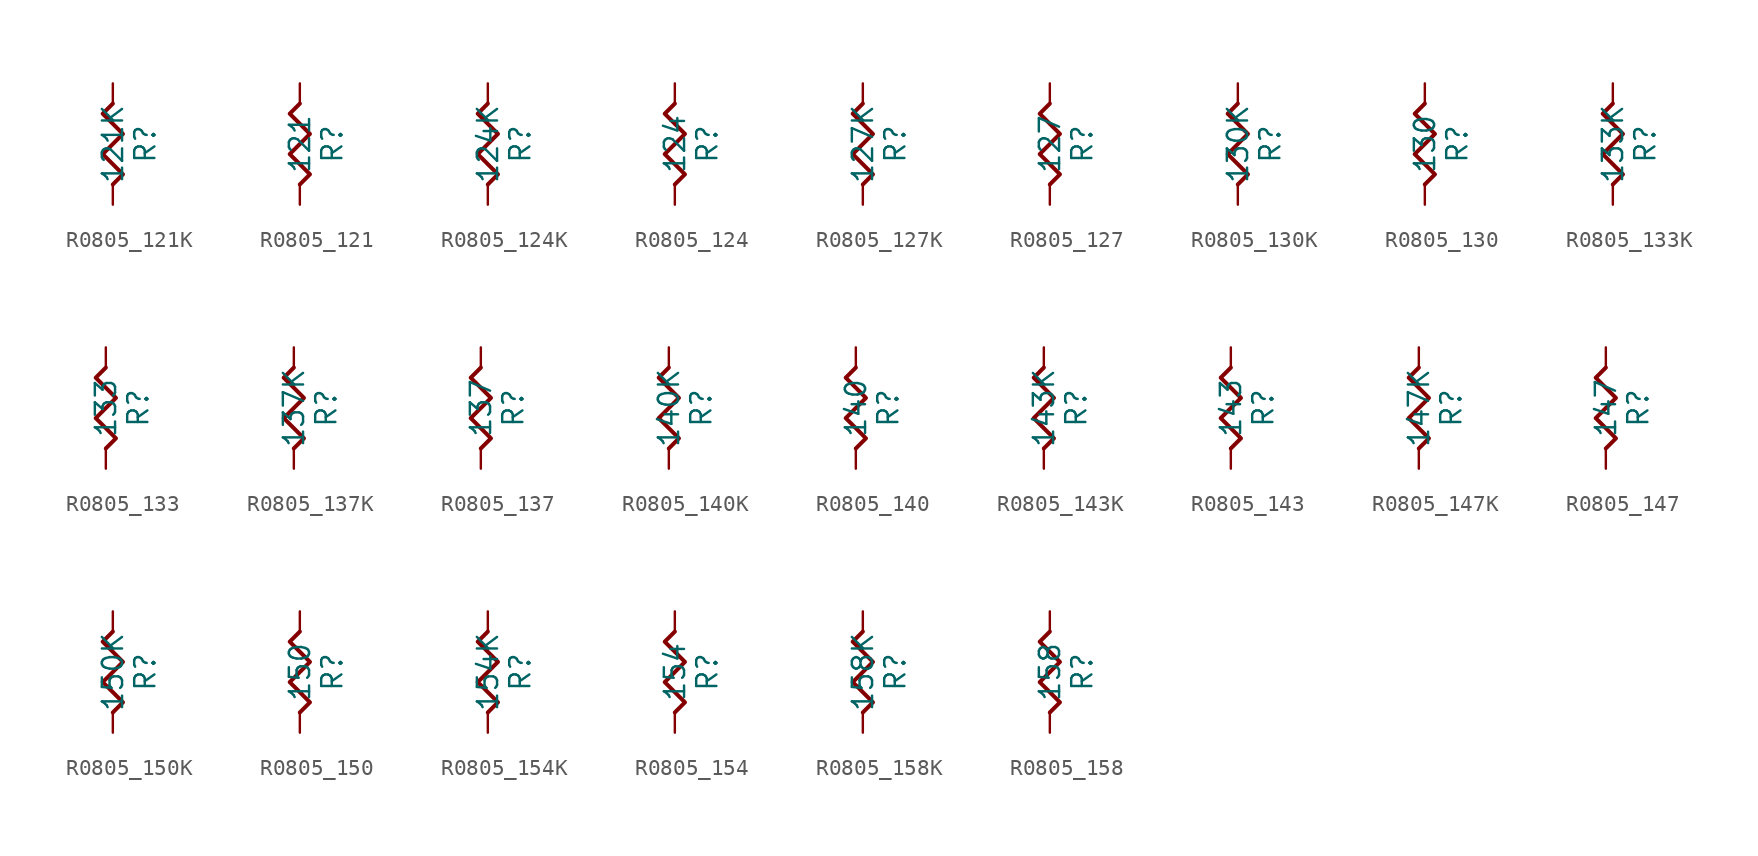
<source format=kicad_sym>
(kicad_symbol_lib
  (version 20211014)
  (generator atlantix-eda)
  (symbol "R0805_121K"
    (pin_numbers hide)
    (pin_names
      (offset 0))
    (property "Reference" "R"
      (at 2.032 0 90)
      (effects (font (size 1.27 1.27))))
    (property "Value" "121K"
      (at 0 0 90)
      (effects (font (size 1.27 1.27))))
    (symbol "R0805_121K_0_1"
      (polyline (pts (xy 0 -2.54) (xy 0.635 -1.905) (xy -0.635 -0.635) (xy 0.635 0.635) (xy -0.635 1.905) (xy 0 2.54)) (stroke (width 0.254) (type default) (color 0 0 0 0)) (fill (type none))))
    (symbol "R0805_121K_1_1"
      (pin passive line (at 0 3.81 270) (length 1.27) (name "~" (effects (font (size 1.27 1.27)))) (number "1" (effects (font (size 1.27 1.27)))))
      (pin passive line (at 0 -3.81 90) (length 1.27) (name "~" (effects (font (size 1.27 1.27)))) (number "2" (effects (font (size 1.27 1.27)))))))
  (symbol "R0805_121"
    (pin_numbers hide)
    (pin_names
      (offset 0))
    (property "Reference" "R"
      (at 2.032 0 90)
      (effects (font (size 1.27 1.27))))
    (property "Value" "121"
      (at 0 0 90)
      (effects (font (size 1.27 1.27))))
    (symbol "R0805_121_0_1"
      (polyline (pts (xy 0 -2.54) (xy 0.635 -1.905) (xy -0.635 -0.635) (xy 0.635 0.635) (xy -0.635 1.905) (xy 0 2.54)) (stroke (width 0.254) (type default) (color 0 0 0 0)) (fill (type none))))
    (symbol "R0805_121_1_1"
      (pin passive line (at 0 3.81 270) (length 1.27) (name "~" (effects (font (size 1.27 1.27)))) (number "1" (effects (font (size 1.27 1.27)))))
      (pin passive line (at 0 -3.81 90) (length 1.27) (name "~" (effects (font (size 1.27 1.27)))) (number "2" (effects (font (size 1.27 1.27)))))))
  (symbol "R0805_124K"
    (pin_numbers hide)
    (pin_names
      (offset 0))
    (property "Reference" "R"
      (at 2.032 0 90)
      (effects (font (size 1.27 1.27))))
    (property "Value" "124K"
      (at 0 0 90)
      (effects (font (size 1.27 1.27))))
    (symbol "R0805_124K_0_1"
      (polyline (pts (xy 0 -2.54) (xy 0.635 -1.905) (xy -0.635 -0.635) (xy 0.635 0.635) (xy -0.635 1.905) (xy 0 2.54)) (stroke (width 0.254) (type default) (color 0 0 0 0)) (fill (type none))))
    (symbol "R0805_124K_1_1"
      (pin passive line (at 0 3.81 270) (length 1.27) (name "~" (effects (font (size 1.27 1.27)))) (number "1" (effects (font (size 1.27 1.27)))))
      (pin passive line (at 0 -3.81 90) (length 1.27) (name "~" (effects (font (size 1.27 1.27)))) (number "2" (effects (font (size 1.27 1.27)))))))
  (symbol "R0805_124"
    (pin_numbers hide)
    (pin_names
      (offset 0))
    (property "Reference" "R"
      (at 2.032 0 90)
      (effects (font (size 1.27 1.27))))
    (property "Value" "124"
      (at 0 0 90)
      (effects (font (size 1.27 1.27))))
    (symbol "R0805_124_0_1"
      (polyline (pts (xy 0 -2.54) (xy 0.635 -1.905) (xy -0.635 -0.635) (xy 0.635 0.635) (xy -0.635 1.905) (xy 0 2.54)) (stroke (width 0.254) (type default) (color 0 0 0 0)) (fill (type none))))
    (symbol "R0805_124_1_1"
      (pin passive line (at 0 3.81 270) (length 1.27) (name "~" (effects (font (size 1.27 1.27)))) (number "1" (effects (font (size 1.27 1.27)))))
      (pin passive line (at 0 -3.81 90) (length 1.27) (name "~" (effects (font (size 1.27 1.27)))) (number "2" (effects (font (size 1.27 1.27)))))))
  (symbol "R0805_127K"
    (pin_numbers hide)
    (pin_names
      (offset 0))
    (property "Reference" "R"
      (at 2.032 0 90)
      (effects (font (size 1.27 1.27))))
    (property "Value" "127K"
      (at 0 0 90)
      (effects (font (size 1.27 1.27))))
    (symbol "R0805_127K_0_1"
      (polyline (pts (xy 0 -2.54) (xy 0.635 -1.905) (xy -0.635 -0.635) (xy 0.635 0.635) (xy -0.635 1.905) (xy 0 2.54)) (stroke (width 0.254) (type default) (color 0 0 0 0)) (fill (type none))))
    (symbol "R0805_127K_1_1"
      (pin passive line (at 0 3.81 270) (length 1.27) (name "~" (effects (font (size 1.27 1.27)))) (number "1" (effects (font (size 1.27 1.27)))))
      (pin passive line (at 0 -3.81 90) (length 1.27) (name "~" (effects (font (size 1.27 1.27)))) (number "2" (effects (font (size 1.27 1.27)))))))
  (symbol "R0805_127"
    (pin_numbers hide)
    (pin_names
      (offset 0))
    (property "Reference" "R"
      (at 2.032 0 90)
      (effects (font (size 1.27 1.27))))
    (property "Value" "127"
      (at 0 0 90)
      (effects (font (size 1.27 1.27))))
    (symbol "R0805_127_0_1"
      (polyline (pts (xy 0 -2.54) (xy 0.635 -1.905) (xy -0.635 -0.635) (xy 0.635 0.635) (xy -0.635 1.905) (xy 0 2.54)) (stroke (width 0.254) (type default) (color 0 0 0 0)) (fill (type none))))
    (symbol "R0805_127_1_1"
      (pin passive line (at 0 3.81 270) (length 1.27) (name "~" (effects (font (size 1.27 1.27)))) (number "1" (effects (font (size 1.27 1.27)))))
      (pin passive line (at 0 -3.81 90) (length 1.27) (name "~" (effects (font (size 1.27 1.27)))) (number "2" (effects (font (size 1.27 1.27)))))))
  (symbol "R0805_130K"
    (pin_numbers hide)
    (pin_names
      (offset 0))
    (property "Reference" "R"
      (at 2.032 0 90)
      (effects (font (size 1.27 1.27))))
    (property "Value" "130K"
      (at 0 0 90)
      (effects (font (size 1.27 1.27))))
    (symbol "R0805_130K_0_1"
      (polyline (pts (xy 0 -2.54) (xy 0.635 -1.905) (xy -0.635 -0.635) (xy 0.635 0.635) (xy -0.635 1.905) (xy 0 2.54)) (stroke (width 0.254) (type default) (color 0 0 0 0)) (fill (type none))))
    (symbol "R0805_130K_1_1"
      (pin passive line (at 0 3.81 270) (length 1.27) (name "~" (effects (font (size 1.27 1.27)))) (number "1" (effects (font (size 1.27 1.27)))))
      (pin passive line (at 0 -3.81 90) (length 1.27) (name "~" (effects (font (size 1.27 1.27)))) (number "2" (effects (font (size 1.27 1.27)))))))
  (symbol "R0805_130"
    (pin_numbers hide)
    (pin_names
      (offset 0))
    (property "Reference" "R"
      (at 2.032 0 90)
      (effects (font (size 1.27 1.27))))
    (property "Value" "130"
      (at 0 0 90)
      (effects (font (size 1.27 1.27))))
    (symbol "R0805_130_0_1"
      (polyline (pts (xy 0 -2.54) (xy 0.635 -1.905) (xy -0.635 -0.635) (xy 0.635 0.635) (xy -0.635 1.905) (xy 0 2.54)) (stroke (width 0.254) (type default) (color 0 0 0 0)) (fill (type none))))
    (symbol "R0805_130_1_1"
      (pin passive line (at 0 3.81 270) (length 1.27) (name "~" (effects (font (size 1.27 1.27)))) (number "1" (effects (font (size 1.27 1.27)))))
      (pin passive line (at 0 -3.81 90) (length 1.27) (name "~" (effects (font (size 1.27 1.27)))) (number "2" (effects (font (size 1.27 1.27)))))))
  (symbol "R0805_133K"
    (pin_numbers hide)
    (pin_names
      (offset 0))
    (property "Reference" "R"
      (at 2.032 0 90)
      (effects (font (size 1.27 1.27))))
    (property "Value" "133K"
      (at 0 0 90)
      (effects (font (size 1.27 1.27))))
    (symbol "R0805_133K_0_1"
      (polyline (pts (xy 0 -2.54) (xy 0.635 -1.905) (xy -0.635 -0.635) (xy 0.635 0.635) (xy -0.635 1.905) (xy 0 2.54)) (stroke (width 0.254) (type default) (color 0 0 0 0)) (fill (type none))))
    (symbol "R0805_133K_1_1"
      (pin passive line (at 0 3.81 270) (length 1.27) (name "~" (effects (font (size 1.27 1.27)))) (number "1" (effects (font (size 1.27 1.27)))))
      (pin passive line (at 0 -3.81 90) (length 1.27) (name "~" (effects (font (size 1.27 1.27)))) (number "2" (effects (font (size 1.27 1.27)))))))
  (symbol "R0805_133"
    (pin_numbers hide)
    (pin_names
      (offset 0))
    (property "Reference" "R"
      (at 2.032 0 90)
      (effects (font (size 1.27 1.27))))
    (property "Value" "133"
      (at 0 0 90)
      (effects (font (size 1.27 1.27))))
    (symbol "R0805_133_0_1"
      (polyline (pts (xy 0 -2.54) (xy 0.635 -1.905) (xy -0.635 -0.635) (xy 0.635 0.635) (xy -0.635 1.905) (xy 0 2.54)) (stroke (width 0.254) (type default) (color 0 0 0 0)) (fill (type none))))
    (symbol "R0805_133_1_1"
      (pin passive line (at 0 3.81 270) (length 1.27) (name "~" (effects (font (size 1.27 1.27)))) (number "1" (effects (font (size 1.27 1.27)))))
      (pin passive line (at 0 -3.81 90) (length 1.27) (name "~" (effects (font (size 1.27 1.27)))) (number "2" (effects (font (size 1.27 1.27)))))))
  (symbol "R0805_137K"
    (pin_numbers hide)
    (pin_names
      (offset 0))
    (property "Reference" "R"
      (at 2.032 0 90)
      (effects (font (size 1.27 1.27))))
    (property "Value" "137K"
      (at 0 0 90)
      (effects (font (size 1.27 1.27))))
    (symbol "R0805_137K_0_1"
      (polyline (pts (xy 0 -2.54) (xy 0.635 -1.905) (xy -0.635 -0.635) (xy 0.635 0.635) (xy -0.635 1.905) (xy 0 2.54)) (stroke (width 0.254) (type default) (color 0 0 0 0)) (fill (type none))))
    (symbol "R0805_137K_1_1"
      (pin passive line (at 0 3.81 270) (length 1.27) (name "~" (effects (font (size 1.27 1.27)))) (number "1" (effects (font (size 1.27 1.27)))))
      (pin passive line (at 0 -3.81 90) (length 1.27) (name "~" (effects (font (size 1.27 1.27)))) (number "2" (effects (font (size 1.27 1.27)))))))
  (symbol "R0805_137"
    (pin_numbers hide)
    (pin_names
      (offset 0))
    (property "Reference" "R"
      (at 2.032 0 90)
      (effects (font (size 1.27 1.27))))
    (property "Value" "137"
      (at 0 0 90)
      (effects (font (size 1.27 1.27))))
    (symbol "R0805_137_0_1"
      (polyline (pts (xy 0 -2.54) (xy 0.635 -1.905) (xy -0.635 -0.635) (xy 0.635 0.635) (xy -0.635 1.905) (xy 0 2.54)) (stroke (width 0.254) (type default) (color 0 0 0 0)) (fill (type none))))
    (symbol "R0805_137_1_1"
      (pin passive line (at 0 3.81 270) (length 1.27) (name "~" (effects (font (size 1.27 1.27)))) (number "1" (effects (font (size 1.27 1.27)))))
      (pin passive line (at 0 -3.81 90) (length 1.27) (name "~" (effects (font (size 1.27 1.27)))) (number "2" (effects (font (size 1.27 1.27)))))))
  (symbol "R0805_140K"
    (pin_numbers hide)
    (pin_names
      (offset 0))
    (property "Reference" "R"
      (at 2.032 0 90)
      (effects (font (size 1.27 1.27))))
    (property "Value" "140K"
      (at 0 0 90)
      (effects (font (size 1.27 1.27))))
    (symbol "R0805_140K_0_1"
      (polyline (pts (xy 0 -2.54) (xy 0.635 -1.905) (xy -0.635 -0.635) (xy 0.635 0.635) (xy -0.635 1.905) (xy 0 2.54)) (stroke (width 0.254) (type default) (color 0 0 0 0)) (fill (type none))))
    (symbol "R0805_140K_1_1"
      (pin passive line (at 0 3.81 270) (length 1.27) (name "~" (effects (font (size 1.27 1.27)))) (number "1" (effects (font (size 1.27 1.27)))))
      (pin passive line (at 0 -3.81 90) (length 1.27) (name "~" (effects (font (size 1.27 1.27)))) (number "2" (effects (font (size 1.27 1.27)))))))
  (symbol "R0805_140"
    (pin_numbers hide)
    (pin_names
      (offset 0))
    (property "Reference" "R"
      (at 2.032 0 90)
      (effects (font (size 1.27 1.27))))
    (property "Value" "140"
      (at 0 0 90)
      (effects (font (size 1.27 1.27))))
    (symbol "R0805_140_0_1"
      (polyline (pts (xy 0 -2.54) (xy 0.635 -1.905) (xy -0.635 -0.635) (xy 0.635 0.635) (xy -0.635 1.905) (xy 0 2.54)) (stroke (width 0.254) (type default) (color 0 0 0 0)) (fill (type none))))
    (symbol "R0805_140_1_1"
      (pin passive line (at 0 3.81 270) (length 1.27) (name "~" (effects (font (size 1.27 1.27)))) (number "1" (effects (font (size 1.27 1.27)))))
      (pin passive line (at 0 -3.81 90) (length 1.27) (name "~" (effects (font (size 1.27 1.27)))) (number "2" (effects (font (size 1.27 1.27)))))))
  (symbol "R0805_143K"
    (pin_numbers hide)
    (pin_names
      (offset 0))
    (property "Reference" "R"
      (at 2.032 0 90)
      (effects (font (size 1.27 1.27))))
    (property "Value" "143K"
      (at 0 0 90)
      (effects (font (size 1.27 1.27))))
    (symbol "R0805_143K_0_1"
      (polyline (pts (xy 0 -2.54) (xy 0.635 -1.905) (xy -0.635 -0.635) (xy 0.635 0.635) (xy -0.635 1.905) (xy 0 2.54)) (stroke (width 0.254) (type default) (color 0 0 0 0)) (fill (type none))))
    (symbol "R0805_143K_1_1"
      (pin passive line (at 0 3.81 270) (length 1.27) (name "~" (effects (font (size 1.27 1.27)))) (number "1" (effects (font (size 1.27 1.27)))))
      (pin passive line (at 0 -3.81 90) (length 1.27) (name "~" (effects (font (size 1.27 1.27)))) (number "2" (effects (font (size 1.27 1.27)))))))
  (symbol "R0805_143"
    (pin_numbers hide)
    (pin_names
      (offset 0))
    (property "Reference" "R"
      (at 2.032 0 90)
      (effects (font (size 1.27 1.27))))
    (property "Value" "143"
      (at 0 0 90)
      (effects (font (size 1.27 1.27))))
    (symbol "R0805_143_0_1"
      (polyline (pts (xy 0 -2.54) (xy 0.635 -1.905) (xy -0.635 -0.635) (xy 0.635 0.635) (xy -0.635 1.905) (xy 0 2.54)) (stroke (width 0.254) (type default) (color 0 0 0 0)) (fill (type none))))
    (symbol "R0805_143_1_1"
      (pin passive line (at 0 3.81 270) (length 1.27) (name "~" (effects (font (size 1.27 1.27)))) (number "1" (effects (font (size 1.27 1.27)))))
      (pin passive line (at 0 -3.81 90) (length 1.27) (name "~" (effects (font (size 1.27 1.27)))) (number "2" (effects (font (size 1.27 1.27)))))))
  (symbol "R0805_147K"
    (pin_numbers hide)
    (pin_names
      (offset 0))
    (property "Reference" "R"
      (at 2.032 0 90)
      (effects (font (size 1.27 1.27))))
    (property "Value" "147K"
      (at 0 0 90)
      (effects (font (size 1.27 1.27))))
    (symbol "R0805_147K_0_1"
      (polyline (pts (xy 0 -2.54) (xy 0.635 -1.905) (xy -0.635 -0.635) (xy 0.635 0.635) (xy -0.635 1.905) (xy 0 2.54)) (stroke (width 0.254) (type default) (color 0 0 0 0)) (fill (type none))))
    (symbol "R0805_147K_1_1"
      (pin passive line (at 0 3.81 270) (length 1.27) (name "~" (effects (font (size 1.27 1.27)))) (number "1" (effects (font (size 1.27 1.27)))))
      (pin passive line (at 0 -3.81 90) (length 1.27) (name "~" (effects (font (size 1.27 1.27)))) (number "2" (effects (font (size 1.27 1.27)))))))
  (symbol "R0805_147"
    (pin_numbers hide)
    (pin_names
      (offset 0))
    (property "Reference" "R"
      (at 2.032 0 90)
      (effects (font (size 1.27 1.27))))
    (property "Value" "147"
      (at 0 0 90)
      (effects (font (size 1.27 1.27))))
    (symbol "R0805_147_0_1"
      (polyline (pts (xy 0 -2.54) (xy 0.635 -1.905) (xy -0.635 -0.635) (xy 0.635 0.635) (xy -0.635 1.905) (xy 0 2.54)) (stroke (width 0.254) (type default) (color 0 0 0 0)) (fill (type none))))
    (symbol "R0805_147_1_1"
      (pin passive line (at 0 3.81 270) (length 1.27) (name "~" (effects (font (size 1.27 1.27)))) (number "1" (effects (font (size 1.27 1.27)))))
      (pin passive line (at 0 -3.81 90) (length 1.27) (name "~" (effects (font (size 1.27 1.27)))) (number "2" (effects (font (size 1.27 1.27)))))))
  (symbol "R0805_150K"
    (pin_numbers hide)
    (pin_names
      (offset 0))
    (property "Reference" "R"
      (at 2.032 0 90)
      (effects (font (size 1.27 1.27))))
    (property "Value" "150K"
      (at 0 0 90)
      (effects (font (size 1.27 1.27))))
    (symbol "R0805_150K_0_1"
      (polyline (pts (xy 0 -2.54) (xy 0.635 -1.905) (xy -0.635 -0.635) (xy 0.635 0.635) (xy -0.635 1.905) (xy 0 2.54)) (stroke (width 0.254) (type default) (color 0 0 0 0)) (fill (type none))))
    (symbol "R0805_150K_1_1"
      (pin passive line (at 0 3.81 270) (length 1.27) (name "~" (effects (font (size 1.27 1.27)))) (number "1" (effects (font (size 1.27 1.27)))))
      (pin passive line (at 0 -3.81 90) (length 1.27) (name "~" (effects (font (size 1.27 1.27)))) (number "2" (effects (font (size 1.27 1.27)))))))
  (symbol "R0805_150"
    (pin_numbers hide)
    (pin_names
      (offset 0))
    (property "Reference" "R"
      (at 2.032 0 90)
      (effects (font (size 1.27 1.27))))
    (property "Value" "150"
      (at 0 0 90)
      (effects (font (size 1.27 1.27))))
    (symbol "R0805_150_0_1"
      (polyline (pts (xy 0 -2.54) (xy 0.635 -1.905) (xy -0.635 -0.635) (xy 0.635 0.635) (xy -0.635 1.905) (xy 0 2.54)) (stroke (width 0.254) (type default) (color 0 0 0 0)) (fill (type none))))
    (symbol "R0805_150_1_1"
      (pin passive line (at 0 3.81 270) (length 1.27) (name "~" (effects (font (size 1.27 1.27)))) (number "1" (effects (font (size 1.27 1.27)))))
      (pin passive line (at 0 -3.81 90) (length 1.27) (name "~" (effects (font (size 1.27 1.27)))) (number "2" (effects (font (size 1.27 1.27)))))))
  (symbol "R0805_154K"
    (pin_numbers hide)
    (pin_names
      (offset 0))
    (property "Reference" "R"
      (at 2.032 0 90)
      (effects (font (size 1.27 1.27))))
    (property "Value" "154K"
      (at 0 0 90)
      (effects (font (size 1.27 1.27))))
    (symbol "R0805_154K_0_1"
      (polyline (pts (xy 0 -2.54) (xy 0.635 -1.905) (xy -0.635 -0.635) (xy 0.635 0.635) (xy -0.635 1.905) (xy 0 2.54)) (stroke (width 0.254) (type default) (color 0 0 0 0)) (fill (type none))))
    (symbol "R0805_154K_1_1"
      (pin passive line (at 0 3.81 270) (length 1.27) (name "~" (effects (font (size 1.27 1.27)))) (number "1" (effects (font (size 1.27 1.27)))))
      (pin passive line (at 0 -3.81 90) (length 1.27) (name "~" (effects (font (size 1.27 1.27)))) (number "2" (effects (font (size 1.27 1.27)))))))
  (symbol "R0805_154"
    (pin_numbers hide)
    (pin_names
      (offset 0))
    (property "Reference" "R"
      (at 2.032 0 90)
      (effects (font (size 1.27 1.27))))
    (property "Value" "154"
      (at 0 0 90)
      (effects (font (size 1.27 1.27))))
    (symbol "R0805_154_0_1"
      (polyline (pts (xy 0 -2.54) (xy 0.635 -1.905) (xy -0.635 -0.635) (xy 0.635 0.635) (xy -0.635 1.905) (xy 0 2.54)) (stroke (width 0.254) (type default) (color 0 0 0 0)) (fill (type none))))
    (symbol "R0805_154_1_1"
      (pin passive line (at 0 3.81 270) (length 1.27) (name "~" (effects (font (size 1.27 1.27)))) (number "1" (effects (font (size 1.27 1.27)))))
      (pin passive line (at 0 -3.81 90) (length 1.27) (name "~" (effects (font (size 1.27 1.27)))) (number "2" (effects (font (size 1.27 1.27)))))))
  (symbol "R0805_158K"
    (pin_numbers hide)
    (pin_names
      (offset 0))
    (property "Reference" "R"
      (at 2.032 0 90)
      (effects (font (size 1.27 1.27))))
    (property "Value" "158K"
      (at 0 0 90)
      (effects (font (size 1.27 1.27))))
    (symbol "R0805_158K_0_1"
      (polyline (pts (xy 0 -2.54) (xy 0.635 -1.905) (xy -0.635 -0.635) (xy 0.635 0.635) (xy -0.635 1.905) (xy 0 2.54)) (stroke (width 0.254) (type default) (color 0 0 0 0)) (fill (type none))))
    (symbol "R0805_158K_1_1"
      (pin passive line (at 0 3.81 270) (length 1.27) (name "~" (effects (font (size 1.27 1.27)))) (number "1" (effects (font (size 1.27 1.27)))))
      (pin passive line (at 0 -3.81 90) (length 1.27) (name "~" (effects (font (size 1.27 1.27)))) (number "2" (effects (font (size 1.27 1.27)))))))
  (symbol "R0805_158"
    (pin_numbers hide)
    (pin_names
      (offset 0))
    (property "Reference" "R"
      (at 2.032 0 90)
      (effects (font (size 1.27 1.27))))
    (property "Value" "158"
      (at 0 0 90)
      (effects (font (size 1.27 1.27))))
    (symbol "R0805_158_0_1"
      (polyline (pts (xy 0 -2.54) (xy 0.635 -1.905) (xy -0.635 -0.635) (xy 0.635 0.635) (xy -0.635 1.905) (xy 0 2.54)) (stroke (width 0.254) (type default) (color 0 0 0 0)) (fill (type none))))
    (symbol "R0805_158_1_1"
      (pin passive line (at 0 3.81 270) (length 1.27) (name "~" (effects (font (size 1.27 1.27)))) (number "1" (effects (font (size 1.27 1.27)))))
      (pin passive line (at 0 -3.81 90) (length 1.27) (name "~" (effects (font (size 1.27 1.27)))) (number "2" (effects (font (size 1.27 1.27))))))))
</source>
